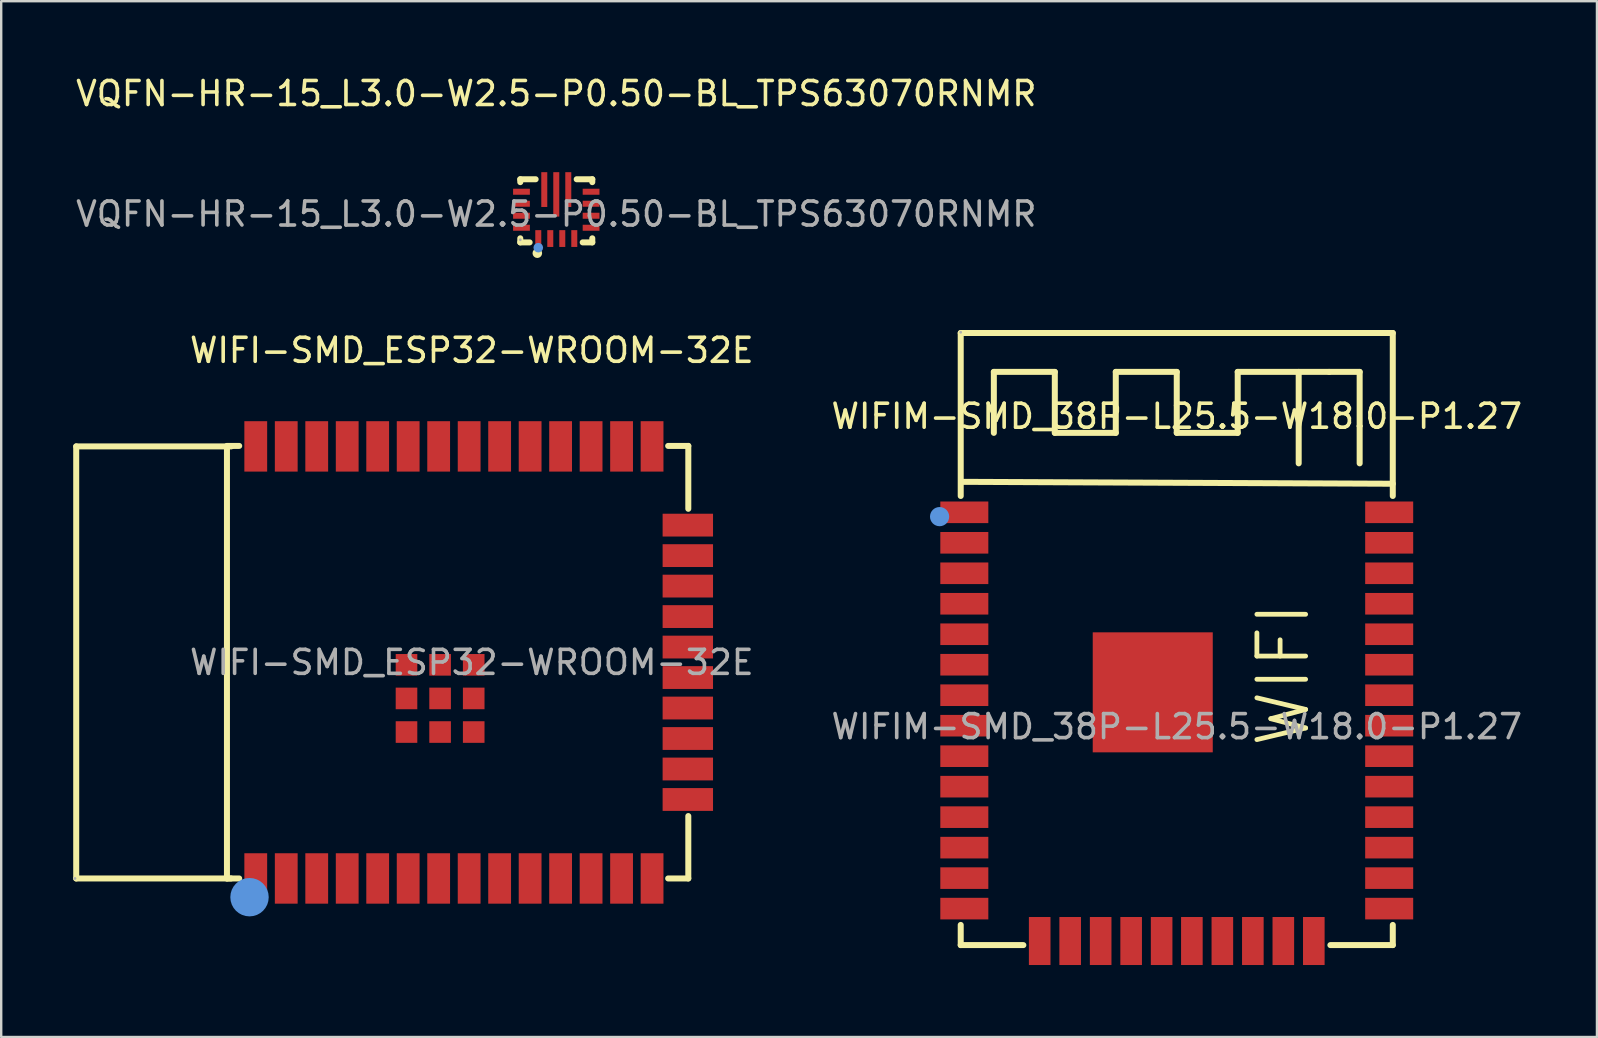
<source format=kicad_pcb>
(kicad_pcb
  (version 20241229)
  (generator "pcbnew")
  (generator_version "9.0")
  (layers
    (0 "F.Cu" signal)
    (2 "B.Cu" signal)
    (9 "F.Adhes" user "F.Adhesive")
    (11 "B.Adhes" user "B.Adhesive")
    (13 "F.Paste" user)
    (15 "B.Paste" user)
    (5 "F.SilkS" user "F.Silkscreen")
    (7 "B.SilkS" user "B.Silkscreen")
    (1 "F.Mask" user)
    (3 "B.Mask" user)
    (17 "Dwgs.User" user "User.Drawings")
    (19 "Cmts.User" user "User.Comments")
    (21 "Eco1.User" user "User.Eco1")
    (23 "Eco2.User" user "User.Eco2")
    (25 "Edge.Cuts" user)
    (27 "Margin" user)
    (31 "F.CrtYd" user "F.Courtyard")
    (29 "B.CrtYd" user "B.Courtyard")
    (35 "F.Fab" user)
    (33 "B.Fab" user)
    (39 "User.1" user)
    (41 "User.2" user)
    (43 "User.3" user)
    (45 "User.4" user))
  (footprint "VQFN-HR-15_L3.0-W2.5-P0.50-BL_TPS63070RNMR"
    (layer "F.Cu")
    (at 20.125 5.868)
    (property "Reference" "VQFN-HR-15_L3.0-W2.5-P0.50-BL_TPS63070RNMR" (at 0 -5.02 0) (layer "F.SilkS") (effects (font (size 1 1) (thickness 0.15))))
    (attr smd)
    (fp_line (start -1.5 -1.45) (end -1.5 -1.33) (stroke (width 0.25) (type solid)) (layer "F.SilkS"))
    (fp_line (start -1.5 1.01) (end -1.5 1.18) (stroke (width 0.25) (type solid)) (layer "F.SilkS"))
    (fp_line (start -1.5 1.18) (end -1.11 1.18) (stroke (width 0.25) (type solid)) (layer "F.SilkS"))
    (fp_line (start -0.86 -1.45) (end -1.5 -1.45) (stroke (width 0.25) (type solid)) (layer "F.SilkS"))
    (fp_line (start 1.1 1.18) (end 1.5 1.18) (stroke (width 0.25) (type solid)) (layer "F.SilkS"))
    (fp_line (start 1.5 -1.45) (end 0.85 -1.45) (stroke (width 0.25) (type solid)) (layer "F.SilkS"))
    (fp_line (start 1.5 -1.33) (end 1.5 -1.45) (stroke (width 0.25) (type solid)) (layer "F.SilkS"))
    (fp_line (start 1.5 1.18) (end 1.5 1.01) (stroke (width 0.25) (type solid)) (layer "F.SilkS"))
    (fp_circle (center -0.79 1.63) (end -0.69 1.63) (stroke (width 0.2) (type solid)) (fill no) (layer "F.SilkS"))
    (fp_circle (center -0.75 1.4) (end -0.65 1.4) (stroke (width 0.2) (type solid)) (fill no) (layer "Cmts.User"))
    (fp_circle (center -1.5 1.07) (end -1.47 1.07) (stroke (width 0.06) (type solid)) (fill no) (layer "F.Fab"))
    (fp_text user "${REFERENCE}" (at 0 0 0) (layer "F.Fab") (effects (font (size 1 1) (thickness 0.15))))
    (pad "1" smd rect (at -0.75 1.02 180) (size 0.25 0.7) (layers "F.Cu" "F.Mask" "F.Paste"))
    (pad "2" smd rect (at -0.25 1.02 180) (size 0.25 0.7) (layers "F.Cu" "F.Mask" "F.Paste"))
    (pad "3" smd rect (at 0.25 1.02 180) (size 0.25 0.7) (layers "F.Cu" "F.Mask" "F.Paste"))
    (pad "4" smd rect (at 0.75 1.02 180) (size 0.25 0.7) (layers "F.Cu" "F.Mask" "F.Paste"))
    (pad "5" smd rect (at 1.45 0.57 270) (size 0.25 0.7) (layers "F.Cu" "F.Mask" "F.Paste"))
    (pad "6" smd rect (at 1.45 0.07 270) (size 0.25 0.7) (layers "F.Cu" "F.Mask" "F.Paste"))
    (pad "7" smd rect (at 1.45 -0.43 270) (size 0.25 0.7) (layers "F.Cu" "F.Mask" "F.Paste"))
    (pad "8" smd rect (at 1.45 -0.93 270) (size 0.25 0.7) (layers "F.Cu" "F.Mask" "F.Paste"))
    (pad "9" smd rect (at 0.5 -1.02) (size 0.25 1.45) (layers "F.Cu" "F.Mask" "F.Paste"))
    (pad "10" smd rect (at 0 -0.82) (size 0.25 1.85) (layers "F.Cu" "F.Mask" "F.Paste"))
    (pad "11" smd rect (at -0.5 -1.02) (size 0.25 1.45) (layers "F.Cu" "F.Mask" "F.Paste"))
    (pad "12" smd rect (at -1.45 -0.43 90) (size 0.25 0.7) (layers "F.Cu" "F.Mask" "F.Paste"))
    (pad "13" smd rect (at -1.45 -0.93 90) (size 0.25 0.7) (layers "F.Cu" "F.Mask" "F.Paste"))
    (pad "14" smd rect (at -1.45 0.07 90) (size 0.25 0.7) (layers "F.Cu" "F.Mask" "F.Paste"))
    (pad "15" smd rect (at -1.45 0.57 90) (size 0.25 0.7) (layers "F.Cu" "F.Mask" "F.Paste")))
  (footprint "WIFI-SMD_ESP32-WROOM-32E"
    (layer "F.Cu")
    (at 16.605 24.547)
    (property "Reference" "WIFI-SMD_ESP32-WROOM-32E" (at 0 -13 0) (layer "F.SilkS") (effects (font (size 1 1) (thickness 0.15))))
    (attr smd)
    (fp_line (start -16.48 -9) (end -16.48 9) (stroke (width 0.25) (type solid)) (layer "F.SilkS"))
    (fp_line (start -16.48 -9) (end -10.02 -9) (stroke (width 0.25) (type solid)) (layer "F.SilkS"))
    (fp_line (start -16.48 9) (end -10.03 9) (stroke (width 0.25) (type solid)) (layer "F.SilkS"))
    (fp_line (start -10.2 -9) (end -10.2 9) (stroke (width 0.25) (type solid)) (layer "F.SilkS"))
    (fp_line (start -10.2 9) (end -9.69 9) (stroke (width 0.25) (type solid)) (layer "F.SilkS"))
    (fp_line (start -9.69 -9.02) (end -10.2 -9.02) (stroke (width 0.25) (type solid)) (layer "F.SilkS"))
    (fp_line (start 8.18 9) (end 9.02 9) (stroke (width 0.25) (type solid)) (layer "F.SilkS"))
    (fp_line (start 9.02 -9.02) (end 8.18 -9.02) (stroke (width 0.25) (type solid)) (layer "F.SilkS"))
    (fp_line (start 9.02 -6.4) (end 9.02 -9.02) (stroke (width 0.25) (type solid)) (layer "F.SilkS"))
    (fp_line (start 9.02 9) (end 9.02 6.4) (stroke (width 0.25) (type solid)) (layer "F.SilkS"))
    (fp_circle (center -9.26 9.78) (end -8.86 9.78) (stroke (width 0.8) (type solid)) (fill no) (layer "Cmts.User"))
    (fp_circle (center -16.53 9) (end -16.5 9) (stroke (width 0.06) (type solid)) (fill no) (layer "F.Fab"))
    (fp_text user "${REFERENCE}" (at 0 0 0) (layer "F.Fab") (effects (font (size 1 1) (thickness 0.15))))
    (pad "1" smd rect (at -9 9) (size 0.95 2.1) (layers "F.Cu" "F.Mask" "F.Paste"))
    (pad "2" smd rect (at -7.73 9) (size 0.95 2.1) (layers "F.Cu" "F.Mask" "F.Paste"))
    (pad "3" smd rect (at -6.46 9) (size 0.95 2.1) (layers "F.Cu" "F.Mask" "F.Paste"))
    (pad "4" smd rect (at -5.19 9) (size 0.95 2.1) (layers "F.Cu" "F.Mask" "F.Paste"))
    (pad "5" smd rect (at -3.92 9) (size 0.95 2.1) (layers "F.Cu" "F.Mask" "F.Paste"))
    (pad "6" smd rect (at -2.65 9) (size 0.95 2.1) (layers "F.Cu" "F.Mask" "F.Paste"))
    (pad "7" smd rect (at -1.38 9) (size 0.95 2.1) (layers "F.Cu" "F.Mask" "F.Paste"))
    (pad "8" smd rect (at -0.11 9) (size 0.95 2.1) (layers "F.Cu" "F.Mask" "F.Paste"))
    (pad "9" smd rect (at 1.16 9) (size 0.95 2.1) (layers "F.Cu" "F.Mask" "F.Paste"))
    (pad "10" smd rect (at 2.43 9) (size 0.95 2.1) (layers "F.Cu" "F.Mask" "F.Paste"))
    (pad "11" smd rect (at 3.7 9) (size 0.95 2.1) (layers "F.Cu" "F.Mask" "F.Paste"))
    (pad "12" smd rect (at 4.97 9) (size 0.95 2.1) (layers "F.Cu" "F.Mask" "F.Paste"))
    (pad "13" smd rect (at 6.24 9) (size 0.95 2.1) (layers "F.Cu" "F.Mask" "F.Paste"))
    (pad "14" smd rect (at 7.51 9) (size 0.95 2.1) (layers "F.Cu" "F.Mask" "F.Paste"))
    (pad "15" smd rect (at 9 5.71) (size 2.1 0.95) (layers "F.Cu" "F.Mask" "F.Paste"))
    (pad "16" smd rect (at 9 4.44) (size 2.1 0.95) (layers "F.Cu" "F.Mask" "F.Paste"))
    (pad "17" smd rect (at 9 3.17) (size 2.1 0.95) (layers "F.Cu" "F.Mask" "F.Paste"))
    (pad "18" smd rect (at 9 1.9) (size 2.1 0.95) (layers "F.Cu" "F.Mask" "F.Paste"))
    (pad "19" smd rect (at 9 0.63) (size 2.1 0.95) (layers "F.Cu" "F.Mask" "F.Paste"))
    (pad "20" smd rect (at 9 -0.64) (size 2.1 0.95) (layers "F.Cu" "F.Mask" "F.Paste"))
    (pad "21" smd rect (at 9 -1.91) (size 2.1 0.95) (layers "F.Cu" "F.Mask" "F.Paste"))
    (pad "22" smd rect (at 9 -3.18) (size 2.1 0.95) (layers "F.Cu" "F.Mask" "F.Paste"))
    (pad "23" smd rect (at 9 -4.45) (size 2.1 0.95) (layers "F.Cu" "F.Mask" "F.Paste"))
    (pad "24" smd rect (at 9 -5.72) (size 2.1 0.95) (layers "F.Cu" "F.Mask" "F.Paste"))
    (pad "25" smd rect (at 7.51 -9) (size 0.95 2.1) (layers "F.Cu" "F.Mask" "F.Paste"))
    (pad "26" smd rect (at 6.24 -9) (size 0.95 2.1) (layers "F.Cu" "F.Mask" "F.Paste"))
    (pad "27" smd rect (at 4.97 -9) (size 0.95 2.1) (layers "F.Cu" "F.Mask" "F.Paste"))
    (pad "28" smd rect (at 3.7 -9) (size 0.95 2.1) (layers "F.Cu" "F.Mask" "F.Paste"))
    (pad "29" smd rect (at 2.43 -9) (size 0.95 2.1) (layers "F.Cu" "F.Mask" "F.Paste"))
    (pad "30" smd rect (at 1.16 -9) (size 0.95 2.1) (layers "F.Cu" "F.Mask" "F.Paste"))
    (pad "31" smd rect (at -0.11 -9) (size 0.95 2.1) (layers "F.Cu" "F.Mask" "F.Paste"))
    (pad "32" smd rect (at -1.38 -9) (size 0.95 2.1) (layers "F.Cu" "F.Mask" "F.Paste"))
    (pad "33" smd rect (at -2.65 -9) (size 0.95 2.1) (layers "F.Cu" "F.Mask" "F.Paste"))
    (pad "34" smd rect (at -3.92 -9) (size 0.95 2.1) (layers "F.Cu" "F.Mask" "F.Paste"))
    (pad "35" smd rect (at -5.19 -9) (size 0.95 2.1) (layers "F.Cu" "F.Mask" "F.Paste"))
    (pad "36" smd rect (at -6.46 -9) (size 0.95 2.1) (layers "F.Cu" "F.Mask" "F.Paste"))
    (pad "37" smd rect (at -7.73 -9) (size 0.95 2.1) (layers "F.Cu" "F.Mask" "F.Paste"))
    (pad "38" smd rect (at -9 -9) (size 0.95 2.1) (layers "F.Cu" "F.Mask" "F.Paste"))
    (pad "39" smd rect (at -2.72 0.1 180) (size 0.9 0.9) (layers "F.Cu" "F.Mask" "F.Paste"))
    (pad "39" smd rect (at -2.72 1.5 180) (size 0.9 0.9) (layers "F.Cu" "F.Mask" "F.Paste"))
    (pad "39" smd rect (at -2.72 2.9 180) (size 0.9 0.9) (layers "F.Cu" "F.Mask" "F.Paste"))
    (pad "39" smd rect (at -1.32 0.1 180) (size 0.9 0.9) (layers "F.Cu" "F.Mask" "F.Paste"))
    (pad "39" smd rect (at -1.32 1.5 180) (size 0.9 0.9) (layers "F.Cu" "F.Mask" "F.Paste"))
    (pad "39" smd rect (at -1.32 2.9 180) (size 0.9 0.9) (layers "F.Cu" "F.Mask" "F.Paste"))
    (pad "39" smd rect (at 0.08 0.1 180) (size 0.9 0.9) (layers "F.Cu" "F.Mask" "F.Paste"))
    (pad "39" smd rect (at 0.08 1.5 180) (size 0.9 0.9) (layers "F.Cu" "F.Mask" "F.Paste"))
    (pad "39" smd rect (at 0.08 2.9 180) (size 0.9 0.9) (layers "F.Cu" "F.Mask" "F.Paste")))
  (footprint "WIFIM-SMD_38P-L25.5-W18.0-P1.27"
    (layer "F.Cu")
    (at 45.974 27.223)
    (property "Reference" "WIFIM-SMD_38P-L25.5-W18.0-P1.27" (at 0 -12.93 0) (layer "F.SilkS") (effects (font (size 1 1) (thickness 0.15))))
    (attr smd)
    (fp_line (start -9 -16.4) (end 9 -16.4) (stroke (width 0.25) (type solid)) (layer "F.SilkS"))
    (fp_line (start -9 -9.61) (end -9 -16.4) (stroke (width 0.25) (type solid)) (layer "F.SilkS"))
    (fp_line (start -9 9.1) (end -9 8.26) (stroke (width 0.25) (type solid)) (layer "F.SilkS"))
    (fp_line (start -8.98 -10.2) (end 9 -10.12) (stroke (width 0.25) (type solid)) (layer "F.SilkS"))
    (fp_line (start -7.62 -14.78) (end -5.08 -14.78) (stroke (width 0.25) (type solid)) (layer "F.SilkS"))
    (fp_line (start -7.62 -12.24) (end -7.62 -14.78) (stroke (width 0.25) (type solid)) (layer "F.SilkS"))
    (fp_line (start -6.39 9.1) (end -9 9.1) (stroke (width 0.25) (type solid)) (layer "F.SilkS"))
    (fp_line (start -5.08 -14.78) (end -5.08 -12.24) (stroke (width 0.25) (type solid)) (layer "F.SilkS"))
    (fp_line (start -5.08 -12.24) (end -2.54 -12.24) (stroke (width 0.25) (type solid)) (layer "F.SilkS"))
    (fp_line (start -2.54 -14.78) (end 0 -14.78) (stroke (width 0.25) (type solid)) (layer "F.SilkS"))
    (fp_line (start -2.54 -12.24) (end -2.54 -14.78) (stroke (width 0.25) (type solid)) (layer "F.SilkS"))
    (fp_line (start 0 -14.78) (end 0 -12.24) (stroke (width 0.25) (type solid)) (layer "F.SilkS"))
    (fp_line (start 0 -12.24) (end 2.54 -12.24) (stroke (width 0.25) (type solid)) (layer "F.SilkS"))
    (fp_line (start 2.54 -14.78) (end 6.35 -14.78) (stroke (width 0.25) (type solid)) (layer "F.SilkS"))
    (fp_line (start 2.54 -12.24) (end 2.54 -14.78) (stroke (width 0.25) (type solid)) (layer "F.SilkS"))
    (fp_line (start 5.08 -14.78) (end 5.08 -10.97) (stroke (width 0.25) (type solid)) (layer "F.SilkS"))
    (fp_line (start 6.35 -14.78) (end 7.62 -14.78) (stroke (width 0.25) (type solid)) (layer "F.SilkS"))
    (fp_line (start 7.62 -14.78) (end 7.62 -10.97) (stroke (width 0.25) (type solid)) (layer "F.SilkS"))
    (fp_line (start 9 -16.4) (end 9 -9.61) (stroke (width 0.25) (type solid)) (layer "F.SilkS"))
    (fp_line (start 9 8.26) (end 9 9.1) (stroke (width 0.25) (type solid)) (layer "F.SilkS"))
    (fp_line (start 9 9.1) (end 6.4 9.1) (stroke (width 0.25) (type solid)) (layer "F.SilkS"))
    (fp_circle (center -9.88 -8.75) (end -9.68 -8.75) (stroke (width 0.4) (type solid)) (fill no) (layer "Cmts.User"))
    (fp_circle (center -9 -16.43) (end -8.97 -16.43) (stroke (width 0.06) (type solid)) (fill no) (layer "F.Fab"))
    (fp_text user "WIFI" (at 4.44 0.96 90) (layer "F.SilkS") (effects (font (size 2.03 2.03) (thickness 0.2)) (justify left)))
    (fp_text user "${REFERENCE}" (at 0 0 0) (layer "F.Fab") (effects (font (size 1 1) (thickness 0.15))))
    (pad "1" smd rect (at -8.85 -8.93) (size 2 0.9) (layers "F.Cu" "F.Mask" "F.Paste"))
    (pad "2" smd rect (at -8.85 -7.66) (size 2 0.9) (layers "F.Cu" "F.Mask" "F.Paste"))
    (pad "3" smd rect (at -8.85 -6.39) (size 2 0.9) (layers "F.Cu" "F.Mask" "F.Paste"))
    (pad "4" smd rect (at -8.85 -5.12) (size 2 0.9) (layers "F.Cu" "F.Mask" "F.Paste"))
    (pad "5" smd rect (at -8.85 -3.85) (size 2 0.9) (layers "F.Cu" "F.Mask" "F.Paste"))
    (pad "6" smd rect (at -8.85 -2.58) (size 2 0.9) (layers "F.Cu" "F.Mask" "F.Paste"))
    (pad "7" smd rect (at -8.85 -1.31) (size 2 0.9) (layers "F.Cu" "F.Mask" "F.Paste"))
    (pad "8" smd rect (at -8.85 -0.04) (size 2 0.9) (layers "F.Cu" "F.Mask" "F.Paste"))
    (pad "9" smd rect (at -8.85 1.23) (size 2 0.9) (layers "F.Cu" "F.Mask" "F.Paste"))
    (pad "10" smd rect (at -8.85 2.5) (size 2 0.9) (layers "F.Cu" "F.Mask" "F.Paste"))
    (pad "11" smd rect (at -8.85 3.77) (size 2 0.9) (layers "F.Cu" "F.Mask" "F.Paste"))
    (pad "12" smd rect (at -8.85 5.04) (size 2 0.9) (layers "F.Cu" "F.Mask" "F.Paste"))
    (pad "13" smd rect (at -8.85 6.31) (size 2 0.9) (layers "F.Cu" "F.Mask" "F.Paste"))
    (pad "14" smd rect (at -8.85 7.58) (size 2 0.9) (layers "F.Cu" "F.Mask" "F.Paste"))
    (pad "15" smd rect (at -5.71 8.93) (size 0.9 2) (layers "F.Cu" "F.Mask" "F.Paste"))
    (pad "16" smd rect (at -4.44 8.93) (size 0.9 2) (layers "F.Cu" "F.Mask" "F.Paste"))
    (pad "17" smd rect (at -3.17 8.93) (size 0.9 2) (layers "F.Cu" "F.Mask" "F.Paste"))
    (pad "18" smd rect (at -1.9 8.93) (size 0.9 2) (layers "F.Cu" "F.Mask" "F.Paste"))
    (pad "19" smd rect (at -0.63 8.93) (size 0.9 2) (layers "F.Cu" "F.Mask" "F.Paste"))
    (pad "20" smd rect (at 0.63 8.93) (size 0.9 2) (layers "F.Cu" "F.Mask" "F.Paste"))
    (pad "21" smd rect (at 1.9 8.93) (size 0.9 2) (layers "F.Cu" "F.Mask" "F.Paste"))
    (pad "22" smd rect (at 3.17 8.93) (size 0.9 2) (layers "F.Cu" "F.Mask" "F.Paste"))
    (pad "23" smd rect (at 4.44 8.93) (size 0.9 2) (layers "F.Cu" "F.Mask" "F.Paste"))
    (pad "24" smd rect (at 5.71 8.93) (size 0.9 2) (layers "F.Cu" "F.Mask" "F.Paste"))
    (pad "25" smd rect (at 8.85 7.58) (size 2 0.9) (layers "F.Cu" "F.Mask" "F.Paste"))
    (pad "26" smd rect (at 8.85 6.31) (size 2 0.9) (layers "F.Cu" "F.Mask" "F.Paste"))
    (pad "27" smd rect (at 8.85 5.04) (size 2 0.9) (layers "F.Cu" "F.Mask" "F.Paste"))
    (pad "28" smd rect (at 8.85 3.77) (size 2 0.9) (layers "F.Cu" "F.Mask" "F.Paste"))
    (pad "29" smd rect (at 8.85 2.5) (size 2 0.9) (layers "F.Cu" "F.Mask" "F.Paste"))
    (pad "30" smd rect (at 8.85 1.23) (size 2 0.9) (layers "F.Cu" "F.Mask" "F.Paste"))
    (pad "31" smd rect (at 8.85 -0.04) (size 2 0.9) (layers "F.Cu" "F.Mask" "F.Paste"))
    (pad "32" smd rect (at 8.85 -1.31) (size 2 0.9) (layers "F.Cu" "F.Mask" "F.Paste"))
    (pad "33" smd rect (at 8.85 -2.58) (size 2 0.9) (layers "F.Cu" "F.Mask" "F.Paste"))
    (pad "34" smd rect (at 8.85 -3.85) (size 2 0.9) (layers "F.Cu" "F.Mask" "F.Paste"))
    (pad "35" smd rect (at 8.85 -5.12) (size 2 0.9) (layers "F.Cu" "F.Mask" "F.Paste"))
    (pad "36" smd rect (at 8.85 -6.39) (size 2 0.9) (layers "F.Cu" "F.Mask" "F.Paste"))
    (pad "37" smd rect (at 8.85 -7.66) (size 2 0.9) (layers "F.Cu" "F.Mask" "F.Paste"))
    (pad "38" smd rect (at 8.85 -8.93) (size 2 0.9) (layers "F.Cu" "F.Mask" "F.Paste"))
    (pad "39" smd rect (at -1 -1.43 180) (size 5 5) (layers "F.Cu" "F.Mask" "F.Paste")))
  (gr_rect
    (start -3 -3)
    (end 63.48 40.153)
    (stroke (width 0.1) (type default))
    (fill no)
    (layer "Edge.Cuts")))
</source>
